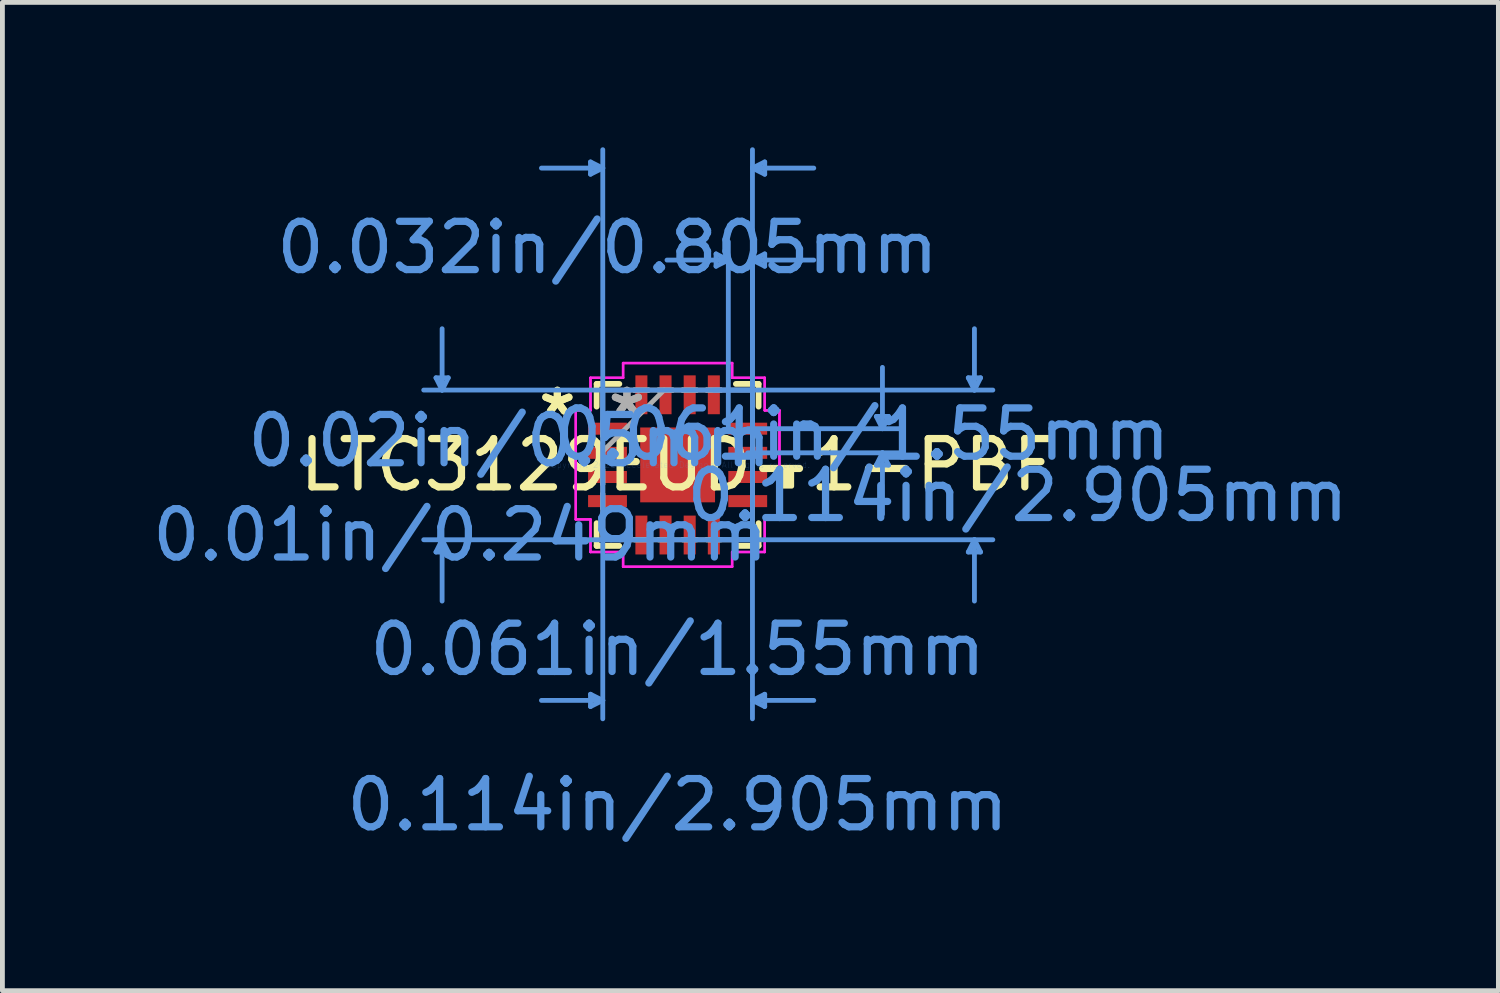
<source format=kicad_pcb>
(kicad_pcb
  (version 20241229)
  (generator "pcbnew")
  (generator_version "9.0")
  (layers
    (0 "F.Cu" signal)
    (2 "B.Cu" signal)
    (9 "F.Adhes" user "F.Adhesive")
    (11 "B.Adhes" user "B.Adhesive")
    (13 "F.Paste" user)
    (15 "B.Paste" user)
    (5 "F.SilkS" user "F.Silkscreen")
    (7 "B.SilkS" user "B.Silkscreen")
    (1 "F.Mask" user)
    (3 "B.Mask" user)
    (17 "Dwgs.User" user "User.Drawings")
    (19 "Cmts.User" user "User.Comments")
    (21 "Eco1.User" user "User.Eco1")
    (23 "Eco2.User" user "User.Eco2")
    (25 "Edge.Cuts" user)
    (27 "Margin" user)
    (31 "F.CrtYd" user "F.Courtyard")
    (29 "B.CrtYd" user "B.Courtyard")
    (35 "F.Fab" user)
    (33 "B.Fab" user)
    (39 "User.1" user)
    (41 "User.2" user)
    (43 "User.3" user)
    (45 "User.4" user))
  (footprint "LTC3129EUD-1-PBF"
    (layer "F.Cu")
    (at 10.983 6.578)
    (property "Reference" "LTC3129EUD-1-PBF" (at 0 0 0) (layer "F.SilkS") (effects (font (size 1 1) (thickness 0.15))))
    (attr through_hole)
    (fp_line (start -1.677 -1.677) (end -1.677 -1.207) (stroke (width 0.12) (type solid)) (layer "F.SilkS"))
    (fp_line (start -1.677 1.207) (end -1.677 1.677) (stroke (width 0.12) (type solid)) (layer "F.SilkS"))
    (fp_line (start -1.677 1.677) (end -1.207 1.677) (stroke (width 0.12) (type solid)) (layer "F.SilkS"))
    (fp_line (start -1.207 -1.677) (end -1.677 -1.677) (stroke (width 0.12) (type solid)) (layer "F.SilkS"))
    (fp_line (start 1.207 1.677) (end 1.677 1.677) (stroke (width 0.12) (type solid)) (layer "F.SilkS"))
    (fp_line (start 1.677 -1.677) (end 1.207 -1.677) (stroke (width 0.12) (type solid)) (layer "F.SilkS"))
    (fp_line (start 1.677 -1.207) (end 1.677 -1.677) (stroke (width 0.12) (type solid)) (layer "F.SilkS"))
    (fp_line (start 1.677 1.677) (end 1.677 1.207) (stroke (width 0.12) (type solid)) (layer "F.SilkS"))
    (fp_poly (pts (xy 2.363 0.059) (xy 2.363 0.441) (xy 2.109 0.441) (xy 2.109 0.059)) (stroke (width 0.1) (type solid)) (fill yes) (layer "F.SilkS"))
    (fp_line (start -5.004 -1.804) (end -4.75 -1.804) (stroke (width 0.1) (type solid)) (layer "Cmts.User"))
    (fp_line (start -5.004 1.804) (end -4.75 1.804) (stroke (width 0.1) (type solid)) (layer "Cmts.User"))
    (fp_line (start -4.877 -1.55) (end -5.004 -1.804) (stroke (width 0.1) (type solid)) (layer "Cmts.User"))
    (fp_line (start -4.877 -1.55) (end -4.877 -2.82) (stroke (width 0.1) (type solid)) (layer "Cmts.User"))
    (fp_line (start -4.877 -1.55) (end -4.75 -1.804) (stroke (width 0.1) (type solid)) (layer "Cmts.User"))
    (fp_line (start -4.877 1.55) (end -5.004 1.804) (stroke (width 0.1) (type solid)) (layer "Cmts.User"))
    (fp_line (start -4.877 1.55) (end -4.877 2.82) (stroke (width 0.1) (type solid)) (layer "Cmts.User"))
    (fp_line (start -4.877 1.55) (end -4.75 1.804) (stroke (width 0.1) (type solid)) (layer "Cmts.User"))
    (fp_line (start -1.804 -6.274) (end -1.804 -6.02) (stroke (width 0.1) (type solid)) (layer "Cmts.User"))
    (fp_line (start -1.804 4.75) (end -1.804 5.004) (stroke (width 0.1) (type solid)) (layer "Cmts.User"))
    (fp_line (start -1.55 -6.147) (end -2.82 -6.147) (stroke (width 0.1) (type solid)) (layer "Cmts.User"))
    (fp_line (start -1.55 -6.147) (end -1.804 -6.274) (stroke (width 0.1) (type solid)) (layer "Cmts.User"))
    (fp_line (start -1.55 -6.147) (end -1.804 -6.02) (stroke (width 0.1) (type solid)) (layer "Cmts.User"))
    (fp_line (start -1.55 -1.55) (end -1.55 5.258) (stroke (width 0.1) (type solid)) (layer "Cmts.User"))
    (fp_line (start -1.55 -0.75) (end -1.55 -6.528) (stroke (width 0.1) (type solid)) (layer "Cmts.User"))
    (fp_line (start -1.55 4.877) (end -2.82 4.877) (stroke (width 0.1) (type solid)) (layer "Cmts.User"))
    (fp_line (start -1.55 4.877) (end -1.804 4.75) (stroke (width 0.1) (type solid)) (layer "Cmts.User"))
    (fp_line (start -1.55 4.877) (end -1.804 5.004) (stroke (width 0.1) (type solid)) (layer "Cmts.User"))
    (fp_line (start 0.75 -1.55) (end 6.528 -1.55) (stroke (width 0.1) (type solid)) (layer "Cmts.User"))
    (fp_line (start 0.75 1.55) (end 6.528 1.55) (stroke (width 0.1) (type solid)) (layer "Cmts.User"))
    (fp_line (start 0.796 -4.369) (end 0.796 -4.115) (stroke (width 0.1) (type solid)) (layer "Cmts.User"))
    (fp_line (start 1.05 -4.242) (end -0.22 -4.242) (stroke (width 0.1) (type solid)) (layer "Cmts.User"))
    (fp_line (start 1.05 -4.242) (end 0.796 -4.369) (stroke (width 0.1) (type solid)) (layer "Cmts.User"))
    (fp_line (start 1.05 -4.242) (end 0.796 -4.115) (stroke (width 0.1) (type solid)) (layer "Cmts.User"))
    (fp_line (start 1.05 -0.75) (end 1.05 -4.623) (stroke (width 0.1) (type solid)) (layer "Cmts.User"))
    (fp_line (start 1.452 -0.75) (end 4.623 -0.75) (stroke (width 0.1) (type solid)) (layer "Cmts.User"))
    (fp_line (start 1.452 -0.25) (end 4.623 -0.25) (stroke (width 0.1) (type solid)) (layer "Cmts.User"))
    (fp_line (start 1.55 -6.147) (end 1.804 -6.274) (stroke (width 0.1) (type solid)) (layer "Cmts.User"))
    (fp_line (start 1.55 -6.147) (end 1.804 -6.02) (stroke (width 0.1) (type solid)) (layer "Cmts.User"))
    (fp_line (start 1.55 -6.147) (end 2.82 -6.147) (stroke (width 0.1) (type solid)) (layer "Cmts.User"))
    (fp_line (start 1.55 -4.242) (end 1.804 -4.369) (stroke (width 0.1) (type solid)) (layer "Cmts.User"))
    (fp_line (start 1.55 -4.242) (end 1.804 -4.115) (stroke (width 0.1) (type solid)) (layer "Cmts.User"))
    (fp_line (start 1.55 -4.242) (end 2.82 -4.242) (stroke (width 0.1) (type solid)) (layer "Cmts.User"))
    (fp_line (start 1.55 -1.55) (end -5.258 -1.55) (stroke (width 0.1) (type solid)) (layer "Cmts.User"))
    (fp_line (start 1.55 -1.55) (end 1.55 5.258) (stroke (width 0.1) (type solid)) (layer "Cmts.User"))
    (fp_line (start 1.55 -0.75) (end 1.55 -6.528) (stroke (width 0.1) (type solid)) (layer "Cmts.User"))
    (fp_line (start 1.55 -0.75) (end 1.55 -4.623) (stroke (width 0.1) (type solid)) (layer "Cmts.User"))
    (fp_line (start 1.55 1.55) (end -5.258 1.55) (stroke (width 0.1) (type solid)) (layer "Cmts.User"))
    (fp_line (start 1.55 4.877) (end 1.804 4.75) (stroke (width 0.1) (type solid)) (layer "Cmts.User"))
    (fp_line (start 1.55 4.877) (end 1.804 5.004) (stroke (width 0.1) (type solid)) (layer "Cmts.User"))
    (fp_line (start 1.55 4.877) (end 2.82 4.877) (stroke (width 0.1) (type solid)) (layer "Cmts.User"))
    (fp_line (start 1.804 -6.274) (end 1.804 -6.02) (stroke (width 0.1) (type solid)) (layer "Cmts.User"))
    (fp_line (start 1.804 -4.369) (end 1.804 -4.115) (stroke (width 0.1) (type solid)) (layer "Cmts.User"))
    (fp_line (start 1.804 4.75) (end 1.804 5.004) (stroke (width 0.1) (type solid)) (layer "Cmts.User"))
    (fp_line (start 4.115 -1.004) (end 4.369 -1.004) (stroke (width 0.1) (type solid)) (layer "Cmts.User"))
    (fp_line (start 4.115 0.004) (end 4.369 0.004) (stroke (width 0.1) (type solid)) (layer "Cmts.User"))
    (fp_line (start 4.242 -0.75) (end 4.115 -1.004) (stroke (width 0.1) (type solid)) (layer "Cmts.User"))
    (fp_line (start 4.242 -0.75) (end 4.242 -2.02) (stroke (width 0.1) (type solid)) (layer "Cmts.User"))
    (fp_line (start 4.242 -0.75) (end 4.369 -1.004) (stroke (width 0.1) (type solid)) (layer "Cmts.User"))
    (fp_line (start 4.242 -0.25) (end 4.115 0.004) (stroke (width 0.1) (type solid)) (layer "Cmts.User"))
    (fp_line (start 4.242 -0.25) (end 4.242 1.02) (stroke (width 0.1) (type solid)) (layer "Cmts.User"))
    (fp_line (start 4.242 -0.25) (end 4.369 0.004) (stroke (width 0.1) (type solid)) (layer "Cmts.User"))
    (fp_line (start 6.02 -1.804) (end 6.274 -1.804) (stroke (width 0.1) (type solid)) (layer "Cmts.User"))
    (fp_line (start 6.02 1.804) (end 6.274 1.804) (stroke (width 0.1) (type solid)) (layer "Cmts.User"))
    (fp_line (start 6.147 -1.55) (end 6.02 -1.804) (stroke (width 0.1) (type solid)) (layer "Cmts.User"))
    (fp_line (start 6.147 -1.55) (end 6.147 -2.82) (stroke (width 0.1) (type solid)) (layer "Cmts.User"))
    (fp_line (start 6.147 -1.55) (end 6.274 -1.804) (stroke (width 0.1) (type solid)) (layer "Cmts.User"))
    (fp_line (start 6.147 1.55) (end 6.02 1.804) (stroke (width 0.1) (type solid)) (layer "Cmts.User"))
    (fp_line (start 6.147 1.55) (end 6.147 2.82) (stroke (width 0.1) (type solid)) (layer "Cmts.User"))
    (fp_line (start 6.147 1.55) (end 6.274 1.804) (stroke (width 0.1) (type solid)) (layer "Cmts.User"))
    (fp_line (start -2.109 -1.129) (end -1.804 -1.129) (stroke (width 0.05) (type solid)) (layer "F.CrtYd"))
    (fp_line (start -2.109 -1.129) (end -1.804 -1.129) (stroke (width 0.05) (type solid)) (layer "F.CrtYd"))
    (fp_line (start -2.109 1.129) (end -2.109 -1.129) (stroke (width 0.05) (type solid)) (layer "F.CrtYd"))
    (fp_line (start -2.109 1.129) (end -2.109 -1.129) (stroke (width 0.05) (type solid)) (layer "F.CrtYd"))
    (fp_line (start -1.804 -1.804) (end -1.129 -1.804) (stroke (width 0.05) (type solid)) (layer "F.CrtYd"))
    (fp_line (start -1.804 -1.804) (end -1.129 -1.804) (stroke (width 0.05) (type solid)) (layer "F.CrtYd"))
    (fp_line (start -1.804 -1.129) (end -1.804 -1.804) (stroke (width 0.05) (type solid)) (layer "F.CrtYd"))
    (fp_line (start -1.804 -1.129) (end -1.804 -1.804) (stroke (width 0.05) (type solid)) (layer "F.CrtYd"))
    (fp_line (start -1.804 1.129) (end -2.109 1.129) (stroke (width 0.05) (type solid)) (layer "F.CrtYd"))
    (fp_line (start -1.804 1.129) (end -2.109 1.129) (stroke (width 0.05) (type solid)) (layer "F.CrtYd"))
    (fp_line (start -1.804 1.804) (end -1.804 1.129) (stroke (width 0.05) (type solid)) (layer "F.CrtYd"))
    (fp_line (start -1.804 1.804) (end -1.804 1.129) (stroke (width 0.05) (type solid)) (layer "F.CrtYd"))
    (fp_line (start -1.129 -2.109) (end 1.129 -2.109) (stroke (width 0.05) (type solid)) (layer "F.CrtYd"))
    (fp_line (start -1.129 -2.109) (end 1.129 -2.109) (stroke (width 0.05) (type solid)) (layer "F.CrtYd"))
    (fp_line (start -1.129 -1.804) (end -1.129 -2.109) (stroke (width 0.05) (type solid)) (layer "F.CrtYd"))
    (fp_line (start -1.129 -1.804) (end -1.129 -2.109) (stroke (width 0.05) (type solid)) (layer "F.CrtYd"))
    (fp_line (start -1.129 1.804) (end -1.804 1.804) (stroke (width 0.05) (type solid)) (layer "F.CrtYd"))
    (fp_line (start -1.129 1.804) (end -1.804 1.804) (stroke (width 0.05) (type solid)) (layer "F.CrtYd"))
    (fp_line (start -1.129 2.109) (end -1.129 1.804) (stroke (width 0.05) (type solid)) (layer "F.CrtYd"))
    (fp_line (start -1.129 2.109) (end -1.129 1.804) (stroke (width 0.05) (type solid)) (layer "F.CrtYd"))
    (fp_line (start 1.129 -2.109) (end 1.129 -1.804) (stroke (width 0.05) (type solid)) (layer "F.CrtYd"))
    (fp_line (start 1.129 -2.109) (end 1.129 -1.804) (stroke (width 0.05) (type solid)) (layer "F.CrtYd"))
    (fp_line (start 1.129 -1.804) (end 1.804 -1.804) (stroke (width 0.05) (type solid)) (layer "F.CrtYd"))
    (fp_line (start 1.129 -1.804) (end 1.804 -1.804) (stroke (width 0.05) (type solid)) (layer "F.CrtYd"))
    (fp_line (start 1.129 1.804) (end 1.129 2.109) (stroke (width 0.05) (type solid)) (layer "F.CrtYd"))
    (fp_line (start 1.129 1.804) (end 1.129 2.109) (stroke (width 0.05) (type solid)) (layer "F.CrtYd"))
    (fp_line (start 1.129 2.109) (end -1.129 2.109) (stroke (width 0.05) (type solid)) (layer "F.CrtYd"))
    (fp_line (start 1.129 2.109) (end -1.129 2.109) (stroke (width 0.05) (type solid)) (layer "F.CrtYd"))
    (fp_line (start 1.804 -1.804) (end 1.804 -1.129) (stroke (width 0.05) (type solid)) (layer "F.CrtYd"))
    (fp_line (start 1.804 -1.804) (end 1.804 -1.129) (stroke (width 0.05) (type solid)) (layer "F.CrtYd"))
    (fp_line (start 1.804 -1.129) (end 2.109 -1.129) (stroke (width 0.05) (type solid)) (layer "F.CrtYd"))
    (fp_line (start 1.804 -1.129) (end 2.109 -1.129) (stroke (width 0.05) (type solid)) (layer "F.CrtYd"))
    (fp_line (start 1.804 1.129) (end 1.804 1.804) (stroke (width 0.05) (type solid)) (layer "F.CrtYd"))
    (fp_line (start 1.804 1.129) (end 1.804 1.804) (stroke (width 0.05) (type solid)) (layer "F.CrtYd"))
    (fp_line (start 1.804 1.804) (end 1.129 1.804) (stroke (width 0.05) (type solid)) (layer "F.CrtYd"))
    (fp_line (start 1.804 1.804) (end 1.129 1.804) (stroke (width 0.05) (type solid)) (layer "F.CrtYd"))
    (fp_line (start 2.109 -1.129) (end 2.109 1.129) (stroke (width 0.05) (type solid)) (layer "F.CrtYd"))
    (fp_line (start 2.109 -1.129) (end 2.109 1.129) (stroke (width 0.05) (type solid)) (layer "F.CrtYd"))
    (fp_line (start 2.109 1.129) (end 1.804 1.129) (stroke (width 0.05) (type solid)) (layer "F.CrtYd"))
    (fp_line (start 2.109 1.129) (end 1.804 1.129) (stroke (width 0.05) (type solid)) (layer "F.CrtYd"))
    (fp_line (start -1.55 -1.55) (end -1.55 -1.55) (stroke (width 0.1) (type solid)) (layer "F.Fab"))
    (fp_line (start -1.55 -1.55) (end -1.55 1.55) (stroke (width 0.1) (type solid)) (layer "F.Fab"))
    (fp_line (start -1.55 -0.9) (end -1.55 -0.9) (stroke (width 0.1) (type solid)) (layer "F.Fab"))
    (fp_line (start -1.55 -0.9) (end -1.55 -0.6) (stroke (width 0.1) (type solid)) (layer "F.Fab"))
    (fp_line (start -1.55 -0.6) (end -1.55 -0.9) (stroke (width 0.1) (type solid)) (layer "F.Fab"))
    (fp_line (start -1.55 -0.6) (end -1.55 -0.6) (stroke (width 0.1) (type solid)) (layer "F.Fab"))
    (fp_line (start -1.55 -0.4) (end -1.55 -0.4) (stroke (width 0.1) (type solid)) (layer "F.Fab"))
    (fp_line (start -1.55 -0.4) (end -1.55 -0.1) (stroke (width 0.1) (type solid)) (layer "F.Fab"))
    (fp_line (start -1.55 -0.28) (end -0.28 -1.55) (stroke (width 0.1) (type solid)) (layer "F.Fab"))
    (fp_line (start -1.55 -0.1) (end -1.55 -0.4) (stroke (width 0.1) (type solid)) (layer "F.Fab"))
    (fp_line (start -1.55 -0.1) (end -1.55 -0.1) (stroke (width 0.1) (type solid)) (layer "F.Fab"))
    (fp_line (start -1.55 0.1) (end -1.55 0.1) (stroke (width 0.1) (type solid)) (layer "F.Fab"))
    (fp_line (start -1.55 0.1) (end -1.55 0.4) (stroke (width 0.1) (type solid)) (layer "F.Fab"))
    (fp_line (start -1.55 0.4) (end -1.55 0.1) (stroke (width 0.1) (type solid)) (layer "F.Fab"))
    (fp_line (start -1.55 0.4) (end -1.55 0.4) (stroke (width 0.1) (type solid)) (layer "F.Fab"))
    (fp_line (start -1.55 0.6) (end -1.55 0.6) (stroke (width 0.1) (type solid)) (layer "F.Fab"))
    (fp_line (start -1.55 0.6) (end -1.55 0.9) (stroke (width 0.1) (type solid)) (layer "F.Fab"))
    (fp_line (start -1.55 0.9) (end -1.55 0.6) (stroke (width 0.1) (type solid)) (layer "F.Fab"))
    (fp_line (start -1.55 0.9) (end -1.55 0.9) (stroke (width 0.1) (type solid)) (layer "F.Fab"))
    (fp_line (start -1.55 1.55) (end -1.55 1.55) (stroke (width 0.1) (type solid)) (layer "F.Fab"))
    (fp_line (start -1.55 1.55) (end 1.55 1.55) (stroke (width 0.1) (type solid)) (layer "F.Fab"))
    (fp_line (start -0.9 -1.55) (end -0.9 -1.55) (stroke (width 0.1) (type solid)) (layer "F.Fab"))
    (fp_line (start -0.9 -1.55) (end -0.6 -1.55) (stroke (width 0.1) (type solid)) (layer "F.Fab"))
    (fp_line (start -0.9 1.55) (end -0.9 1.55) (stroke (width 0.1) (type solid)) (layer "F.Fab"))
    (fp_line (start -0.9 1.55) (end -0.6 1.55) (stroke (width 0.1) (type solid)) (layer "F.Fab"))
    (fp_line (start -0.6 -1.55) (end -0.9 -1.55) (stroke (width 0.1) (type solid)) (layer "F.Fab"))
    (fp_line (start -0.6 -1.55) (end -0.6 -1.55) (stroke (width 0.1) (type solid)) (layer "F.Fab"))
    (fp_line (start -0.6 1.55) (end -0.9 1.55) (stroke (width 0.1) (type solid)) (layer "F.Fab"))
    (fp_line (start -0.6 1.55) (end -0.6 1.55) (stroke (width 0.1) (type solid)) (layer "F.Fab"))
    (fp_line (start -0.4 -1.55) (end -0.4 -1.55) (stroke (width 0.1) (type solid)) (layer "F.Fab"))
    (fp_line (start -0.4 -1.55) (end -0.1 -1.55) (stroke (width 0.1) (type solid)) (layer "F.Fab"))
    (fp_line (start -0.4 1.55) (end -0.4 1.55) (stroke (width 0.1) (type solid)) (layer "F.Fab"))
    (fp_line (start -0.4 1.55) (end -0.1 1.55) (stroke (width 0.1) (type solid)) (layer "F.Fab"))
    (fp_line (start -0.1 -1.55) (end -0.4 -1.55) (stroke (width 0.1) (type solid)) (layer "F.Fab"))
    (fp_line (start -0.1 -1.55) (end -0.1 -1.55) (stroke (width 0.1) (type solid)) (layer "F.Fab"))
    (fp_line (start -0.1 1.55) (end -0.4 1.55) (stroke (width 0.1) (type solid)) (layer "F.Fab"))
    (fp_line (start -0.1 1.55) (end -0.1 1.55) (stroke (width 0.1) (type solid)) (layer "F.Fab"))
    (fp_line (start 0.1 -1.55) (end 0.1 -1.55) (stroke (width 0.1) (type solid)) (layer "F.Fab"))
    (fp_line (start 0.1 -1.55) (end 0.4 -1.55) (stroke (width 0.1) (type solid)) (layer "F.Fab"))
    (fp_line (start 0.1 1.55) (end 0.1 1.55) (stroke (width 0.1) (type solid)) (layer "F.Fab"))
    (fp_line (start 0.1 1.55) (end 0.4 1.55) (stroke (width 0.1) (type solid)) (layer "F.Fab"))
    (fp_line (start 0.4 -1.55) (end 0.1 -1.55) (stroke (width 0.1) (type solid)) (layer "F.Fab"))
    (fp_line (start 0.4 -1.55) (end 0.4 -1.55) (stroke (width 0.1) (type solid)) (layer "F.Fab"))
    (fp_line (start 0.4 1.55) (end 0.1 1.55) (stroke (width 0.1) (type solid)) (layer "F.Fab"))
    (fp_line (start 0.4 1.55) (end 0.4 1.55) (stroke (width 0.1) (type solid)) (layer "F.Fab"))
    (fp_line (start 0.6 -1.55) (end 0.6 -1.55) (stroke (width 0.1) (type solid)) (layer "F.Fab"))
    (fp_line (start 0.6 -1.55) (end 0.9 -1.55) (stroke (width 0.1) (type solid)) (layer "F.Fab"))
    (fp_line (start 0.6 1.55) (end 0.6 1.55) (stroke (width 0.1) (type solid)) (layer "F.Fab"))
    (fp_line (start 0.6 1.55) (end 0.9 1.55) (stroke (width 0.1) (type solid)) (layer "F.Fab"))
    (fp_line (start 0.9 -1.55) (end 0.6 -1.55) (stroke (width 0.1) (type solid)) (layer "F.Fab"))
    (fp_line (start 0.9 -1.55) (end 0.9 -1.55) (stroke (width 0.1) (type solid)) (layer "F.Fab"))
    (fp_line (start 0.9 1.55) (end 0.6 1.55) (stroke (width 0.1) (type solid)) (layer "F.Fab"))
    (fp_line (start 0.9 1.55) (end 0.9 1.55) (stroke (width 0.1) (type solid)) (layer "F.Fab"))
    (fp_line (start 1.55 -1.55) (end -1.55 -1.55) (stroke (width 0.1) (type solid)) (layer "F.Fab"))
    (fp_line (start 1.55 -1.55) (end 1.55 -1.55) (stroke (width 0.1) (type solid)) (layer "F.Fab"))
    (fp_line (start 1.55 -0.9) (end 1.55 -0.9) (stroke (width 0.1) (type solid)) (layer "F.Fab"))
    (fp_line (start 1.55 -0.9) (end 1.55 -0.6) (stroke (width 0.1) (type solid)) (layer "F.Fab"))
    (fp_line (start 1.55 -0.6) (end 1.55 -0.9) (stroke (width 0.1) (type solid)) (layer "F.Fab"))
    (fp_line (start 1.55 -0.6) (end 1.55 -0.6) (stroke (width 0.1) (type solid)) (layer "F.Fab"))
    (fp_line (start 1.55 -0.4) (end 1.55 -0.4) (stroke (width 0.1) (type solid)) (layer "F.Fab"))
    (fp_line (start 1.55 -0.4) (end 1.55 -0.1) (stroke (width 0.1) (type solid)) (layer "F.Fab"))
    (fp_line (start 1.55 -0.1) (end 1.55 -0.4) (stroke (width 0.1) (type solid)) (layer "F.Fab"))
    (fp_line (start 1.55 -0.1) (end 1.55 -0.1) (stroke (width 0.1) (type solid)) (layer "F.Fab"))
    (fp_line (start 1.55 0.1) (end 1.55 0.1) (stroke (width 0.1) (type solid)) (layer "F.Fab"))
    (fp_line (start 1.55 0.1) (end 1.55 0.4) (stroke (width 0.1) (type solid)) (layer "F.Fab"))
    (fp_line (start 1.55 0.4) (end 1.55 0.1) (stroke (width 0.1) (type solid)) (layer "F.Fab"))
    (fp_line (start 1.55 0.4) (end 1.55 0.4) (stroke (width 0.1) (type solid)) (layer "F.Fab"))
    (fp_line (start 1.55 0.6) (end 1.55 0.6) (stroke (width 0.1) (type solid)) (layer "F.Fab"))
    (fp_line (start 1.55 0.6) (end 1.55 0.9) (stroke (width 0.1) (type solid)) (layer "F.Fab"))
    (fp_line (start 1.55 0.9) (end 1.55 0.6) (stroke (width 0.1) (type solid)) (layer "F.Fab"))
    (fp_line (start 1.55 0.9) (end 1.55 0.9) (stroke (width 0.1) (type solid)) (layer "F.Fab"))
    (fp_line (start 1.55 1.55) (end 1.55 -1.55) (stroke (width 0.1) (type solid)) (layer "F.Fab"))
    (fp_line (start 1.55 1.55) (end 1.55 1.55) (stroke (width 0.1) (type solid)) (layer "F.Fab"))
    (fp_text user "*" (at -2.49 -1 0) (layer "F.SilkS") (effects (font (size 1 1) (thickness 0.15))))
    (fp_text user "*" (at -2.49 -1 0) (layer "F.SilkS") (effects (font (size 1 1) (thickness 0.15))))
    (fp_text user "0.061in/1.55mm" (at 0 3.823 0) (layer "Cmts.User") (effects (font (size 1 1) (thickness 0.15))))
    (fp_text user "0.01in/0.249mm" (at -4.5 1.452 0) (layer "Cmts.User") (effects (font (size 1 1) (thickness 0.15))))
    (fp_text user "0.032in/0.805mm" (at -1.452 -4.5 0) (layer "Cmts.User") (effects (font (size 1 1) (thickness 0.15))))
    (fp_text user "0.061in/1.55mm" (at 3.823 -0.635 0) (layer "Cmts.User") (effects (font (size 1 1) (thickness 0.15))))
    (fp_text user "0.114in/2.905mm" (at 0 7.04 0) (layer "Cmts.User") (effects (font (size 1 1) (thickness 0.15))))
    (fp_text user "Copyright 2021 Accelerated Designs. All rights reserved." (at 0 0 0) (layer "Cmts.User") (effects (font (size 0.127 0.127) (thickness 0.002))))
    (fp_text user "0.02in/0.5mm" (at -3.48 -0.5 0) (layer "Cmts.User") (effects (font (size 1 1) (thickness 0.15))))
    (fp_text user "0.114in/2.905mm" (at 7.04 0.635 0) (layer "Cmts.User") (effects (font (size 1 1) (thickness 0.15))))
    (fp_text user "*" (at -1.05 -1 0) (layer "F.Fab") (effects (font (size 1 1) (thickness 0.15))))
    (fp_text user "*" (at -1.05 -1 0) (layer "F.Fab") (effects (font (size 1 1) (thickness 0.15))))
    (pad "1" smd rect (at -1.452 -0.75 90) (size 0.249 0.805) (layers "F.Cu" "F.Mask" "F.Paste"))
    (pad "2" smd rect (at -1.452 -0.25 90) (size 0.249 0.805) (layers "F.Cu" "F.Mask" "F.Paste"))
    (pad "3" smd rect (at -1.452 0.25 90) (size 0.249 0.805) (layers "F.Cu" "F.Mask" "F.Paste"))
    (pad "4" smd rect (at -1.452 0.75 90) (size 0.249 0.805) (layers "F.Cu" "F.Mask" "F.Paste"))
    (pad "5" smd rect (at -0.75 1.452) (size 0.249 0.805) (layers "F.Cu" "F.Mask" "F.Paste"))
    (pad "6" smd rect (at -0.25 1.452) (size 0.249 0.805) (layers "F.Cu" "F.Mask" "F.Paste"))
    (pad "7" smd rect (at 0.25 1.452) (size 0.249 0.805) (layers "F.Cu" "F.Mask" "F.Paste"))
    (pad "8" smd rect (at 0.75 1.452) (size 0.249 0.805) (layers "F.Cu" "F.Mask" "F.Paste"))
    (pad "9" smd rect (at 1.452 0.75 90) (size 0.249 0.805) (layers "F.Cu" "F.Mask" "F.Paste"))
    (pad "10" smd rect (at 1.452 0.25 90) (size 0.249 0.805) (layers "F.Cu" "F.Mask" "F.Paste"))
    (pad "11" smd rect (at 1.452 -0.25 90) (size 0.249 0.805) (layers "F.Cu" "F.Mask" "F.Paste"))
    (pad "12" smd rect (at 1.452 -0.75 90) (size 0.249 0.805) (layers "F.Cu" "F.Mask" "F.Paste"))
    (pad "13" smd rect (at 0.75 -1.452) (size 0.249 0.805) (layers "F.Cu" "F.Mask" "F.Paste"))
    (pad "14" smd rect (at 0.25 -1.452) (size 0.249 0.805) (layers "F.Cu" "F.Mask" "F.Paste"))
    (pad "15" smd rect (at -0.25 -1.452) (size 0.249 0.805) (layers "F.Cu" "F.Mask" "F.Paste"))
    (pad "16" smd rect (at -0.75 -1.452) (size 0.249 0.805) (layers "F.Cu" "F.Mask" "F.Paste"))
    (pad "17" smd rect (at 0 0) (size 1.55 1.55) (layers "F.Cu" "F.Mask" "F.Paste")))
  (gr_rect
    (start -3 -3)
    (end 27.981 17.467)
    (stroke (width 0.1) (type default))
    (fill no)
    (layer "Edge.Cuts")))
</source>
